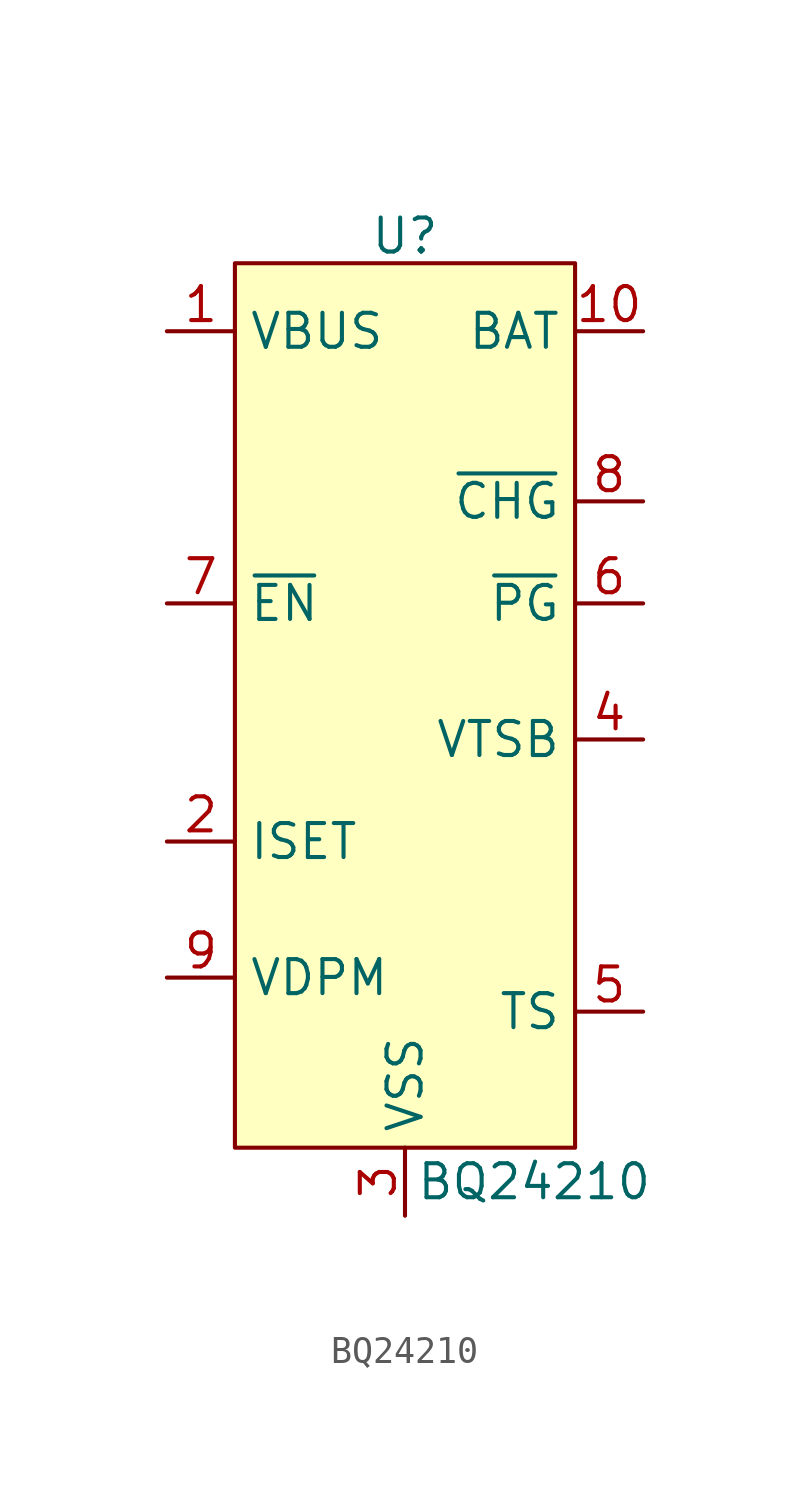
<source format=kicad_sym>
(kicad_symbol_lib
  (version 20231120)
  (generator "kicad_symbol_editor")
  (generator_version "8.0")
  (symbol "BQ24210"
    (property "Reference" "U"
      (at 0 3.556 0)
      (effects (font (size 1.27 1.27))))
    (property "Value" "BQ24210"
      (at 4.826 -31.75 0)
      (effects (font (size 1.27 1.27))))
    (symbol "BQ24210_1_1"
      (rectangle (start -6.35 2.54) (end 6.35 -30.48) (stroke (width 0) (type default)) (fill (type background)))
      (pin input line (at -8.89 0 0) (length 2.54) (name "VBUS" (effects (font (size 1.27 1.27)))) (number "1" (effects (font (size 1.27 1.27)))))
      (pin input line (at 8.89 0 180) (length 2.54) (name "BAT" (effects (font (size 1.27 1.27)))) (number "10" (effects (font (size 1.27 1.27)))))
      (pin input line (at -8.89 -19.05 0) (length 2.54) (name "ISET" (effects (font (size 1.27 1.27)))) (number "2" (effects (font (size 1.27 1.27)))))
      (pin input line (at 0 -33.02 90) (length 2.54) (name "VSS" (effects (font (size 1.27 1.27)))) (number "3" (effects (font (size 1.27 1.27)))))
      (pin input line (at 8.89 -15.24 180) (length 2.54) (name "VTSB" (effects (font (size 1.27 1.27)))) (number "4" (effects (font (size 1.27 1.27)))))
      (pin input line (at 8.89 -25.4 180) (length 2.54) (name "TS" (effects (font (size 1.27 1.27)))) (number "5" (effects (font (size 1.27 1.27)))))
      (pin input line (at 8.89 -10.16 180) (length 2.54) (name "~{PG}" (effects (font (size 1.27 1.27)))) (number "6" (effects (font (size 1.27 1.27)))))
      (pin input line (at -8.89 -10.16 0) (length 2.54) (name "~{EN}" (effects (font (size 1.27 1.27)))) (number "7" (effects (font (size 1.27 1.27)))))
      (pin input line (at 8.89 -6.35 180) (length 2.54) (name "~{CHG}" (effects (font (size 1.27 1.27)))) (number "8" (effects (font (size 1.27 1.27)))))
      (pin input line (at -8.89 -24.13 0) (length 2.54) (name "VDPM" (effects (font (size 1.27 1.27)))) (number "9" (effects (font (size 1.27 1.27))))))))
</source>
